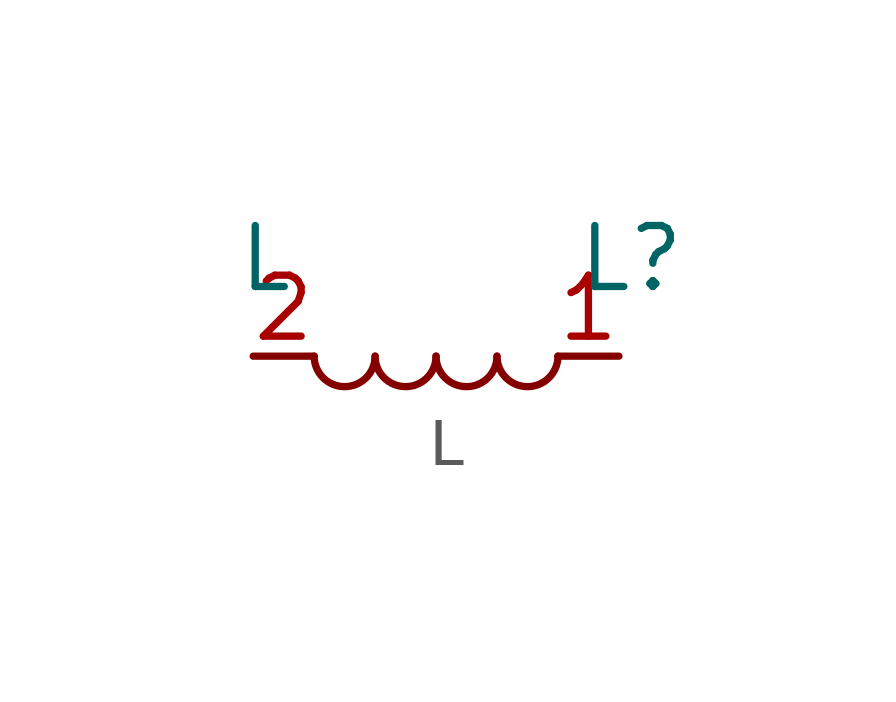
<source format=kicad_sym>
(kicad_symbol_lib
  (version 20241209)
  (generator "kicad_symbol_editor")
  (generator_version "9.0")
  (symbol "L"
    (pin_names
      (offset 1.016)
      (hide yes))
    (property "Reference" "L"
      (at 4.064 2.032 0)
      (effects (font (size 1.27 1.27))))
    (property "Value" "L"
      (at -3.556 2.032 0)
      (effects (font (size 1.27 1.27))))
    (symbol "L_0_1"
      (arc (start -1.27 0) (mid -1.905 -0.6323) (end -2.54 0) (stroke (width 0) (type default)) (fill (type none)))
      (arc (start 0 0) (mid -0.635 -0.6323) (end -1.27 0) (stroke (width 0) (type default)) (fill (type none)))
      (arc (start 1.27 0) (mid 0.635 -0.6323) (end 0 0) (stroke (width 0) (type default)) (fill (type none)))
      (arc (start 2.54 0) (mid 1.905 -0.6323) (end 1.27 0) (stroke (width 0) (type default)) (fill (type none))))
    (symbol "L_1_1"
      (pin passive line (at -3.81 0 0) (length 1.27) (name "2" (effects (font (size 1.27 1.27)))) (number "2" (effects (font (size 1.27 1.27)))))
      (pin passive line (at 3.81 0 180) (length 1.27) (name "1" (effects (font (size 1.27 1.27)))) (number "1" (effects (font (size 1.27 1.27))))))))
</source>
